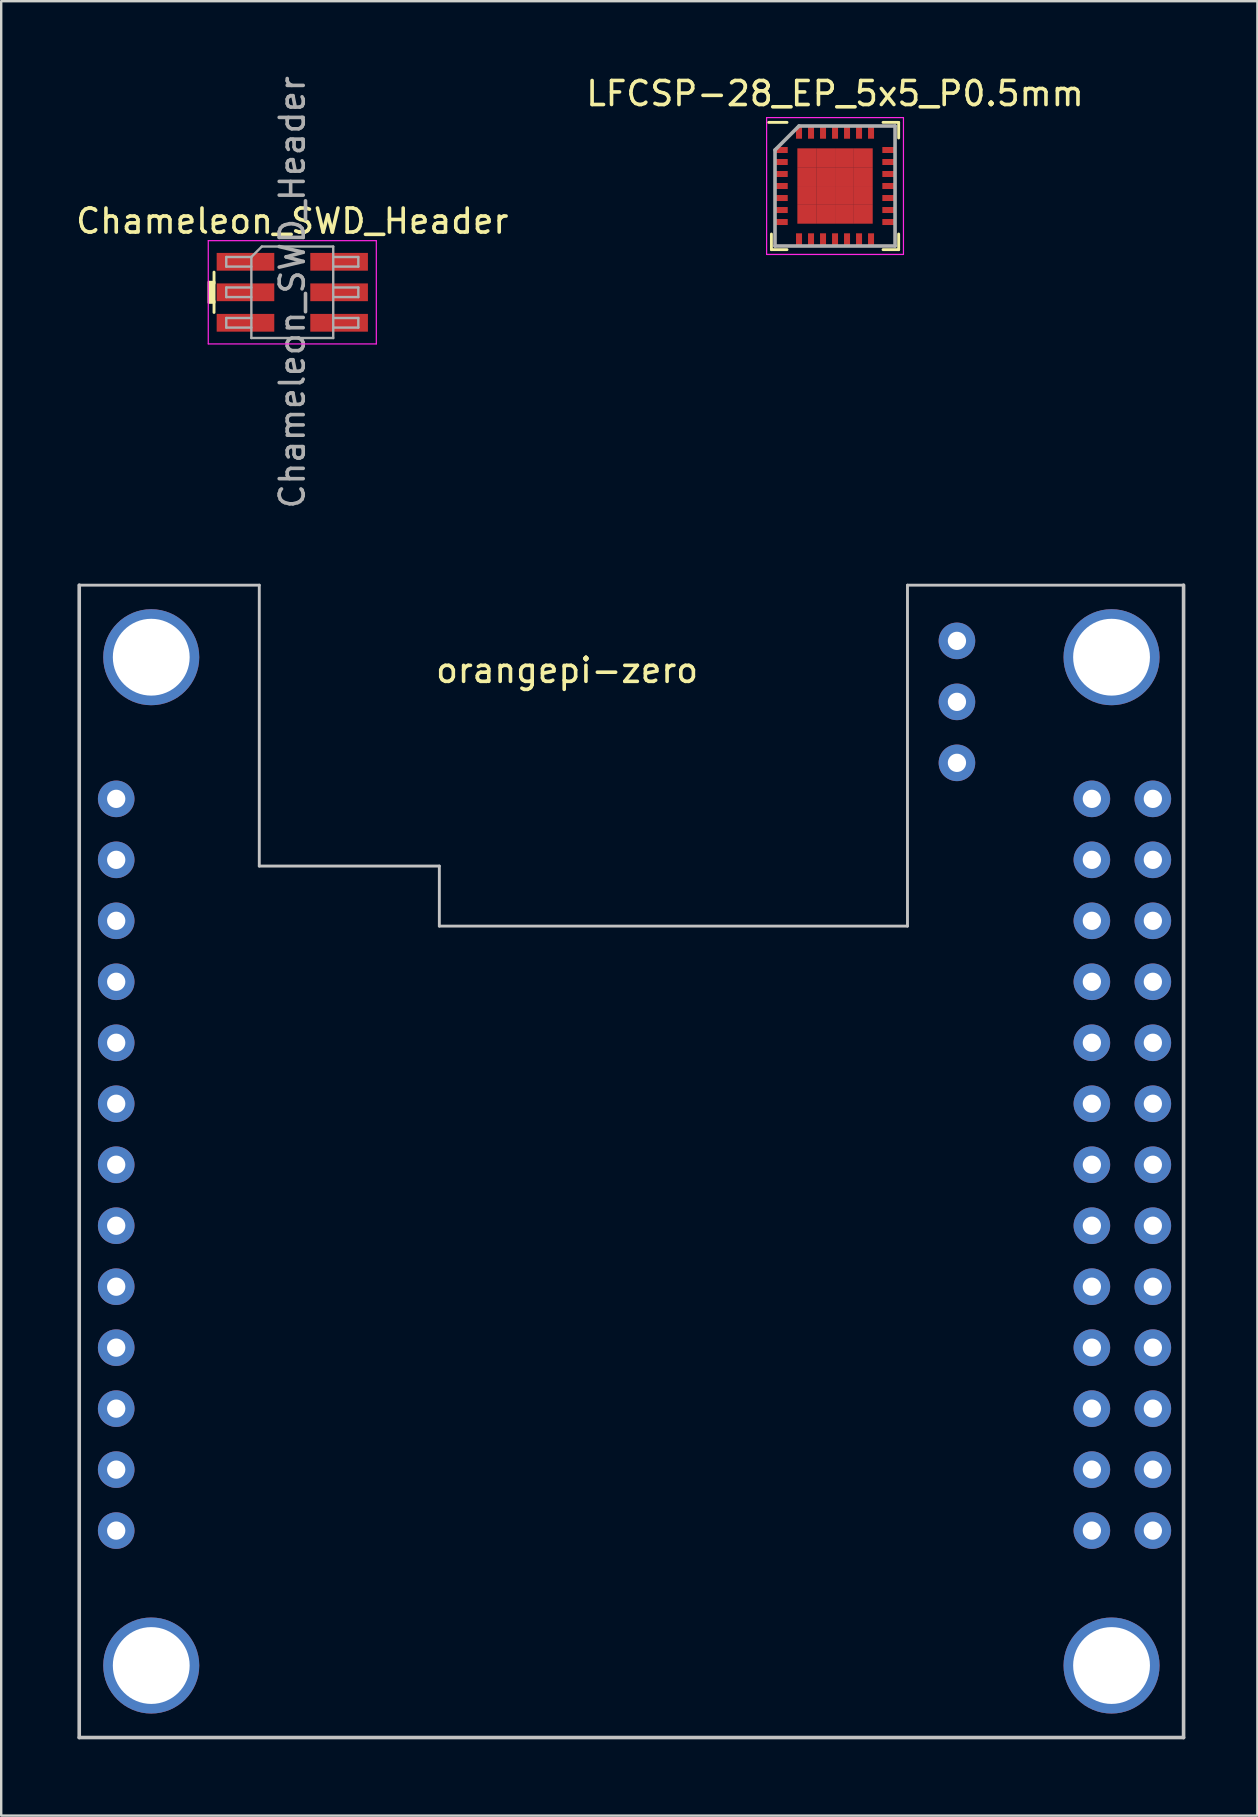
<source format=kicad_pcb>
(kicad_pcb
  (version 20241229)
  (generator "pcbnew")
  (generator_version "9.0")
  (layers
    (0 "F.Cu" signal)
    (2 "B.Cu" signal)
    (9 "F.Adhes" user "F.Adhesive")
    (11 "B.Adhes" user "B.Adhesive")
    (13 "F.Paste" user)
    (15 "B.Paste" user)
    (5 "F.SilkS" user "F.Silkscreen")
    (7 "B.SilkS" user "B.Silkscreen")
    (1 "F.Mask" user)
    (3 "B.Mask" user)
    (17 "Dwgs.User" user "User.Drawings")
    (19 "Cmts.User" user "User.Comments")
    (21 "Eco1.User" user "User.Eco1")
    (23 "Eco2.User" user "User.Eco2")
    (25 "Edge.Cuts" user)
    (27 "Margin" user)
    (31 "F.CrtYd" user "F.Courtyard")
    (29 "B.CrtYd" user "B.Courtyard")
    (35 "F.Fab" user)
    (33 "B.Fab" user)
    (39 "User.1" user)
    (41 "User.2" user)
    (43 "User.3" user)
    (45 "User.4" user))
  (footprint "orangepi-zero"
    (layer "F.Cu")
    (at 0.25 69.325)
    (property "Reference" "orangepi-zero" (at 20.32 -44.45 0) (layer "F.SilkS") (effects (font (size 1 1) (thickness 0.15))))
    (attr through_hole)
    (fp_line (start 0 0) (end 0 -48) (stroke (width 0.15) (type solid)) (layer "Dwgs.User"))
    (fp_line (start 7.5 -48) (end 0 -48) (stroke (width 0.12) (type solid)) (layer "Dwgs.User"))
    (fp_line (start 7.5 -48) (end 7.5 -36.3) (stroke (width 0.12) (type solid)) (layer "Dwgs.User"))
    (fp_line (start 7.5 -36.3) (end 15 -36.3) (stroke (width 0.12) (type solid)) (layer "Dwgs.User"))
    (fp_line (start 15 -36.3) (end 15 -33.8) (stroke (width 0.12) (type solid)) (layer "Dwgs.User"))
    (fp_line (start 15 -33.8) (end 34.5 -33.8) (stroke (width 0.12) (type solid)) (layer "Dwgs.User"))
    (fp_line (start 34.5 -33.8) (end 34.5 -48) (stroke (width 0.12) (type solid)) (layer "Dwgs.User"))
    (fp_line (start 46 -48) (end 34.5 -48) (stroke (width 0.12) (type solid)) (layer "Dwgs.User"))
    (fp_line (start 46 -48) (end 46 0) (stroke (width 0.15) (type solid)) (layer "Dwgs.User"))
    (fp_line (start 46 0) (end 0 0) (stroke (width 0.15) (type solid)) (layer "Dwgs.User"))
    (pad "" np_thru_hole circle (at 3 -45) (size 4 4) (drill 3.2) (layers "*.Cu" "*.Mask"))
    (pad "" np_thru_hole circle (at 3 -3) (size 4 4) (drill 3.2) (layers "*.Cu" "*.Mask"))
    (pad "" np_thru_hole circle (at 43 -45) (size 4 4) (drill 3.2) (layers "*.Cu" "*.Mask"))
    (pad "" np_thru_hole circle (at 43 -3) (size 4 4) (drill 3.2) (layers "*.Cu" "*.Mask"))
    (pad "1" thru_hole circle (at 1.54 -39.1) (size 1.524 1.524) (drill oval 0.762) (layers "*.Cu" "*.Mask"))
    (pad "2" thru_hole circle (at 1.54 -36.56) (size 1.524 1.524) (drill 0.762) (layers "*.Cu" "*.Mask"))
    (pad "3" thru_hole circle (at 1.54 -34.02) (size 1.524 1.524) (drill 0.762) (layers "*.Cu" "*.Mask"))
    (pad "4" thru_hole circle (at 1.54 -31.48) (size 1.524 1.524) (drill 0.762) (layers "*.Cu" "*.Mask"))
    (pad "5" thru_hole circle (at 1.54 -28.94) (size 1.524 1.524) (drill 0.762) (layers "*.Cu" "*.Mask"))
    (pad "6" thru_hole circle (at 1.54 -26.4) (size 1.524 1.524) (drill 0.762) (layers "*.Cu" "*.Mask"))
    (pad "7" thru_hole circle (at 1.54 -23.86) (size 1.524 1.524) (drill 0.762) (layers "*.Cu" "*.Mask"))
    (pad "8" thru_hole circle (at 1.54 -21.32) (size 1.524 1.524) (drill 0.762) (layers "*.Cu" "*.Mask"))
    (pad "9" thru_hole circle (at 1.54 -18.78) (size 1.524 1.524) (drill 0.762) (layers "*.Cu" "*.Mask"))
    (pad "10" thru_hole circle (at 1.54 -16.24) (size 1.524 1.524) (drill 0.762) (layers "*.Cu" "*.Mask"))
    (pad "11" thru_hole circle (at 1.54 -13.7) (size 1.524 1.524) (drill 0.762) (layers "*.Cu" "*.Mask"))
    (pad "12" thru_hole circle (at 1.54 -11.16) (size 1.524 1.524) (drill 0.762) (layers "*.Cu" "*.Mask"))
    (pad "13" thru_hole circle (at 1.54 -8.62) (size 1.524 1.524) (drill 0.762) (layers "*.Cu" "*.Mask"))
    (pad "101" thru_hole circle (at 44.72 -8.62) (size 1.524 1.524) (drill 0.762) (layers "*.Cu" "*.Mask"))
    (pad "102" thru_hole circle (at 42.18 -8.62) (size 1.524 1.524) (drill 0.762) (layers "*.Cu" "*.Mask"))
    (pad "103" thru_hole circle (at 44.72 -11.16) (size 1.524 1.524) (drill 0.762) (layers "*.Cu" "*.Mask"))
    (pad "104" thru_hole circle (at 42.18 -11.16) (size 1.524 1.524) (drill 0.762) (layers "*.Cu" "*.Mask"))
    (pad "105" thru_hole circle (at 44.72 -13.7) (size 1.524 1.524) (drill 0.762) (layers "*.Cu" "*.Mask"))
    (pad "106" thru_hole circle (at 42.18 -13.7) (size 1.524 1.524) (drill 0.762) (layers "*.Cu" "*.Mask"))
    (pad "107" thru_hole circle (at 44.72 -16.24) (size 1.524 1.524) (drill 0.762) (layers "*.Cu" "*.Mask"))
    (pad "108" thru_hole circle (at 42.18 -16.24) (size 1.524 1.524) (drill 0.762) (layers "*.Cu" "*.Mask"))
    (pad "109" thru_hole circle (at 44.72 -18.78) (size 1.524 1.524) (drill 0.762) (layers "*.Cu" "*.Mask"))
    (pad "110" thru_hole circle (at 42.18 -18.78) (size 1.524 1.524) (drill 0.762) (layers "*.Cu" "*.Mask"))
    (pad "111" thru_hole circle (at 44.72 -21.32) (size 1.524 1.524) (drill 0.762) (layers "*.Cu" "*.Mask"))
    (pad "112" thru_hole circle (at 42.18 -21.32) (size 1.524 1.524) (drill 0.762) (layers "*.Cu" "*.Mask"))
    (pad "113" thru_hole circle (at 44.72 -23.86) (size 1.524 1.524) (drill 0.762) (layers "*.Cu" "*.Mask"))
    (pad "114" thru_hole circle (at 42.18 -23.86) (size 1.524 1.524) (drill 0.762) (layers "*.Cu" "*.Mask"))
    (pad "115" thru_hole circle (at 44.72 -26.4) (size 1.524 1.524) (drill 0.762) (layers "*.Cu" "*.Mask"))
    (pad "116" thru_hole circle (at 42.18 -26.4) (size 1.524 1.524) (drill 0.762) (layers "*.Cu" "*.Mask"))
    (pad "117" thru_hole circle (at 44.72 -28.94) (size 1.524 1.524) (drill 0.762) (layers "*.Cu" "*.Mask"))
    (pad "118" thru_hole circle (at 42.18 -28.94) (size 1.524 1.524) (drill 0.762) (layers "*.Cu" "*.Mask"))
    (pad "119" thru_hole circle (at 44.72 -31.48) (size 1.524 1.524) (drill 0.762) (layers "*.Cu" "*.Mask"))
    (pad "120" thru_hole circle (at 42.18 -31.48) (size 1.524 1.524) (drill 0.762) (layers "*.Cu" "*.Mask"))
    (pad "121" thru_hole circle (at 44.72 -34.02) (size 1.524 1.524) (drill 0.762) (layers "*.Cu" "*.Mask"))
    (pad "122" thru_hole circle (at 42.18 -34.02) (size 1.524 1.524) (drill 0.762) (layers "*.Cu" "*.Mask"))
    (pad "123" thru_hole circle (at 44.72 -36.56) (size 1.524 1.524) (drill 0.762) (layers "*.Cu" "*.Mask"))
    (pad "124" thru_hole circle (at 42.18 -36.56) (size 1.524 1.524) (drill 0.762) (layers "*.Cu" "*.Mask"))
    (pad "125" thru_hole circle (at 44.72 -39.1) (size 1.524 1.524) (drill 0.762) (layers "*.Cu" "*.Mask"))
    (pad "126" thru_hole circle (at 42.18 -39.1) (size 1.524 1.524) (drill 0.762) (layers "*.Cu" "*.Mask"))
    (pad "201" thru_hole circle (at 36.56 -45.68) (size 1.524 1.524) (drill 0.762) (layers "*.Cu" "*.Mask"))
    (pad "202" thru_hole circle (at 36.56 -43.14) (size 1.524 1.524) (drill 0.762) (layers "*.Cu" "*.Mask"))
    (pad "203" thru_hole circle (at 36.56 -40.6) (size 1.524 1.524) (drill 0.762) (layers "*.Cu" "*.Mask")))
  (footprint "Chameleon_SWD_Header"
    (layer "F.Cu")
    (at 9.125 9.125)
    (property "Reference" "Chameleon_SWD_Header" (at 0 -2.965 0) (layer "F.SilkS") (effects (font (size 1 1) (thickness 0.15))))
    (attr smd)
    (fp_line (start -3.26 -0.37) (end -3.26 -0.84) (stroke (width 0.12) (type solid)) (layer "F.SilkS"))
    (fp_line (start -3.26 0.84) (end -3.26 0.37) (stroke (width 0.12) (type solid)) (layer "F.SilkS"))
    (fp_poly (pts (xy -3.48 -0.43) (xy -3.25 -0.43) (xy -3.25 0.43) (xy -3.48 0.43)) (stroke (width 0.1) (type solid)) (fill yes) (layer "F.SilkS"))
    (fp_line (start -3.5 -2.15) (end -3.5 2.15) (stroke (width 0.05) (type solid)) (layer "F.CrtYd"))
    (fp_line (start -3.5 2.15) (end 3.5 2.15) (stroke (width 0.05) (type solid)) (layer "F.CrtYd"))
    (fp_line (start 3.5 -2.15) (end -3.5 -2.15) (stroke (width 0.05) (type solid)) (layer "F.CrtYd"))
    (fp_line (start 3.5 2.15) (end 3.5 -2.15) (stroke (width 0.05) (type solid)) (layer "F.CrtYd"))
    (fp_line (start -2.75 -1.47) (end -2.75 -1.07) (stroke (width 0.1) (type solid)) (layer "F.Fab"))
    (fp_line (start -2.75 -1.07) (end -1.705 -1.07) (stroke (width 0.1) (type solid)) (layer "F.Fab"))
    (fp_line (start -2.75 -0.2) (end -2.75 0.2) (stroke (width 0.1) (type solid)) (layer "F.Fab"))
    (fp_line (start -2.75 0.2) (end -1.705 0.2) (stroke (width 0.1) (type solid)) (layer "F.Fab"))
    (fp_line (start -2.75 1.07) (end -2.75 1.47) (stroke (width 0.1) (type solid)) (layer "F.Fab"))
    (fp_line (start -2.75 1.47) (end -1.705 1.47) (stroke (width 0.1) (type solid)) (layer "F.Fab"))
    (fp_line (start -1.705 -1.47) (end -2.75 -1.47) (stroke (width 0.1) (type solid)) (layer "F.Fab"))
    (fp_line (start -1.705 -1.47) (end -1.27 -1.905) (stroke (width 0.1) (type solid)) (layer "F.Fab"))
    (fp_line (start -1.705 -0.2) (end -2.75 -0.2) (stroke (width 0.1) (type solid)) (layer "F.Fab"))
    (fp_line (start -1.705 1.07) (end -2.75 1.07) (stroke (width 0.1) (type solid)) (layer "F.Fab"))
    (fp_line (start -1.705 1.905) (end -1.705 -1.47) (stroke (width 0.1) (type solid)) (layer "F.Fab"))
    (fp_line (start -1.27 -1.905) (end 1.705 -1.905) (stroke (width 0.1) (type solid)) (layer "F.Fab"))
    (fp_line (start 1.705 -1.905) (end 1.705 1.905) (stroke (width 0.1) (type solid)) (layer "F.Fab"))
    (fp_line (start 1.705 -1.47) (end 2.75 -1.47) (stroke (width 0.1) (type solid)) (layer "F.Fab"))
    (fp_line (start 1.705 -0.2) (end 2.75 -0.2) (stroke (width 0.1) (type solid)) (layer "F.Fab"))
    (fp_line (start 1.705 1.07) (end 2.75 1.07) (stroke (width 0.1) (type solid)) (layer "F.Fab"))
    (fp_line (start 1.705 1.905) (end -1.705 1.905) (stroke (width 0.1) (type solid)) (layer "F.Fab"))
    (fp_line (start 2.75 -1.47) (end 2.75 -1.07) (stroke (width 0.1) (type solid)) (layer "F.Fab"))
    (fp_line (start 2.75 -1.07) (end 1.705 -1.07) (stroke (width 0.1) (type solid)) (layer "F.Fab"))
    (fp_line (start 2.75 -0.2) (end 2.75 0.2) (stroke (width 0.1) (type solid)) (layer "F.Fab"))
    (fp_line (start 2.75 0.2) (end 1.705 0.2) (stroke (width 0.1) (type solid)) (layer "F.Fab"))
    (fp_line (start 2.75 1.07) (end 2.75 1.47) (stroke (width 0.1) (type solid)) (layer "F.Fab"))
    (fp_line (start 2.75 1.47) (end 1.705 1.47) (stroke (width 0.1) (type solid)) (layer "F.Fab"))
    (fp_text user "${REFERENCE}" (at 0 0 90) (layer "F.Fab") (effects (font (size 1 1) (thickness 0.15))))
    (pad "1" smd rect (at -1.95 -1.27) (size 2.4 0.74) (layers "F.Cu" "F.Mask" "F.Paste"))
    (pad "2" smd rect (at 1.95 -1.27) (size 2.4 0.74) (layers "F.Cu" "F.Mask" "F.Paste"))
    (pad "3" smd rect (at -1.95 0) (size 2.4 0.74) (layers "F.Cu" "F.Mask" "F.Paste"))
    (pad "4" smd rect (at 1.95 0) (size 2.4 0.74) (layers "F.Cu" "F.Mask" "F.Paste"))
    (pad "5" smd rect (at -1.95 1.27) (size 2.4 0.74) (layers "F.Cu" "F.Mask" "F.Paste"))
    (pad "6" smd rect (at 1.95 1.27) (size 2.4 0.74) (layers "F.Cu" "F.Mask" "F.Paste")))
  (footprint "LFCSP-28_EP_5x5_P0.5mm"
    (layer "F.Cu")
    (at 31.732 4.698)
    (property "Reference" "LFCSP-28_EP_5x5_P0.5mm" (at 0 -3.85 0) (layer "F.SilkS") (effects (font (size 1 1) (thickness 0.15))))
    (attr smd)
    (fp_line (start -2.65 2.65) (end -2.65 2) (stroke (width 0.12) (type solid)) (layer "F.SilkS"))
    (fp_line (start -2 -2.65) (end -2.765 -2.65) (stroke (width 0.12) (type solid)) (layer "F.SilkS"))
    (fp_line (start -2 2.65) (end -2.65 2.65) (stroke (width 0.12) (type solid)) (layer "F.SilkS"))
    (fp_line (start 2 -2.65) (end 2.65 -2.65) (stroke (width 0.12) (type solid)) (layer "F.SilkS"))
    (fp_line (start 2 2.65) (end 2.65 2.65) (stroke (width 0.12) (type solid)) (layer "F.SilkS"))
    (fp_line (start 2.65 -2.65) (end 2.65 -2) (stroke (width 0.12) (type solid)) (layer "F.SilkS"))
    (fp_line (start 2.65 2.65) (end 2.65 2) (stroke (width 0.12) (type solid)) (layer "F.SilkS"))
    (fp_line (start -2.85 -2.85) (end 2.85 -2.85) (stroke (width 0.05) (type solid)) (layer "F.CrtYd"))
    (fp_line (start -2.85 2.85) (end -2.85 -2.85) (stroke (width 0.05) (type solid)) (layer "F.CrtYd"))
    (fp_line (start 2.85 -2.85) (end 2.85 2.85) (stroke (width 0.05) (type solid)) (layer "F.CrtYd"))
    (fp_line (start 2.85 2.85) (end -2.85 2.85) (stroke (width 0.05) (type solid)) (layer "F.CrtYd"))
    (fp_line (start -2.5 -1.5) (end -2.5 2.5) (stroke (width 0.15) (type solid)) (layer "F.Fab"))
    (fp_line (start -2.5 2.5) (end 2.5 2.5) (stroke (width 0.15) (type solid)) (layer "F.Fab"))
    (fp_line (start -1.5 -2.5) (end -2.5 -1.5) (stroke (width 0.15) (type solid)) (layer "F.Fab"))
    (fp_line (start 2.5 -2.5) (end -1.5 -2.5) (stroke (width 0.15) (type solid)) (layer "F.Fab"))
    (fp_line (start 2.5 2.5) (end 2.5 -2.5) (stroke (width 0.15) (type solid)) (layer "F.Fab"))
    (pad "1" smd rect (at -2.235 -1.5 90) (size 0.25 0.53) (layers "F.Cu" "F.Mask" "F.Paste"))
    (pad "2" smd rect (at -2.235 -1 90) (size 0.25 0.53) (layers "F.Cu" "F.Mask" "F.Paste"))
    (pad "3" smd rect (at -2.235 -0.5 90) (size 0.25 0.53) (layers "F.Cu" "F.Mask" "F.Paste"))
    (pad "4" smd rect (at -2.235 0 90) (size 0.25 0.53) (layers "F.Cu" "F.Mask" "F.Paste"))
    (pad "5" smd rect (at -2.235 0.5 90) (size 0.25 0.53) (layers "F.Cu" "F.Mask" "F.Paste"))
    (pad "6" smd rect (at -2.235 1 90) (size 0.25 0.53) (layers "F.Cu" "F.Mask" "F.Paste"))
    (pad "7" smd rect (at -2.235 1.5 90) (size 0.25 0.53) (layers "F.Cu" "F.Mask" "F.Paste"))
    (pad "8" smd rect (at -1.5 2.235) (size 0.25 0.53) (layers "F.Cu" "F.Mask" "F.Paste"))
    (pad "9" smd rect (at -1 2.235) (size 0.25 0.53) (layers "F.Cu" "F.Mask" "F.Paste"))
    (pad "10" smd rect (at -0.5 2.235) (size 0.25 0.53) (layers "F.Cu" "F.Mask" "F.Paste"))
    (pad "11" smd rect (at 0 2.235) (size 0.25 0.53) (layers "F.Cu" "F.Mask" "F.Paste"))
    (pad "12" smd rect (at 0.5 2.235) (size 0.25 0.53) (layers "F.Cu" "F.Mask" "F.Paste"))
    (pad "13" smd rect (at 1 2.235) (size 0.25 0.53) (layers "F.Cu" "F.Mask" "F.Paste"))
    (pad "14" smd rect (at 1.5 2.235) (size 0.25 0.53) (layers "F.Cu" "F.Mask" "F.Paste"))
    (pad "15" smd rect (at 2.235 1.5 90) (size 0.25 0.53) (layers "F.Cu" "F.Mask" "F.Paste"))
    (pad "16" smd rect (at 2.235 1 90) (size 0.25 0.53) (layers "F.Cu" "F.Mask" "F.Paste"))
    (pad "17" smd rect (at 2.235 0.5 90) (size 0.25 0.53) (layers "F.Cu" "F.Mask" "F.Paste"))
    (pad "18" smd rect (at 2.235 0 90) (size 0.25 0.53) (layers "F.Cu" "F.Mask" "F.Paste"))
    (pad "19" smd rect (at 2.235 -0.5 90) (size 0.25 0.53) (layers "F.Cu" "F.Mask" "F.Paste"))
    (pad "20" smd rect (at 2.235 -1 90) (size 0.25 0.53) (layers "F.Cu" "F.Mask" "F.Paste"))
    (pad "21" smd rect (at 2.235 -1.5 90) (size 0.25 0.53) (layers "F.Cu" "F.Mask" "F.Paste"))
    (pad "22" smd rect (at 1.5 -2.235) (size 0.25 0.53) (layers "F.Cu" "F.Mask" "F.Paste"))
    (pad "23" smd rect (at 1 -2.235) (size 0.25 0.53) (layers "F.Cu" "F.Mask" "F.Paste"))
    (pad "24" smd rect (at 0.5 -2.235) (size 0.25 0.53) (layers "F.Cu" "F.Mask" "F.Paste"))
    (pad "25" smd rect (at 0 -2.235) (size 0.25 0.53) (layers "F.Cu" "F.Mask" "F.Paste"))
    (pad "26" smd rect (at -0.5 -2.235) (size 0.25 0.53) (layers "F.Cu" "F.Mask" "F.Paste"))
    (pad "27" smd rect (at -1 -2.235) (size 0.25 0.53) (layers "F.Cu" "F.Mask" "F.Paste"))
    (pad "28" smd rect (at -1.5 -2.235) (size 0.25 0.53) (layers "F.Cu" "F.Mask" "F.Paste"))
    (pad "29" smd rect (at -1.177 -1.177) (size 0.785 0.785) (layers "F.Cu" "F.Mask" "F.Paste"))
    (pad "29" smd rect (at -1.177 -0.393) (size 0.785 0.785) (layers "F.Cu" "F.Mask" "F.Paste"))
    (pad "29" smd rect (at -1.177 0.393) (size 0.785 0.785) (layers "F.Cu" "F.Mask" "F.Paste"))
    (pad "29" smd rect (at -1.177 1.177) (size 0.785 0.785) (layers "F.Cu" "F.Mask" "F.Paste"))
    (pad "29" smd rect (at -0.393 -1.177) (size 0.785 0.785) (layers "F.Cu" "F.Mask" "F.Paste"))
    (pad "29" smd rect (at -0.393 -0.393) (size 0.785 0.785) (layers "F.Cu" "F.Mask" "F.Paste"))
    (pad "29" smd rect (at -0.393 0.393) (size 0.785 0.785) (layers "F.Cu" "F.Mask" "F.Paste"))
    (pad "29" smd rect (at -0.393 1.177) (size 0.785 0.785) (layers "F.Cu" "F.Mask" "F.Paste"))
    (pad "29" smd rect (at 0.393 -1.177) (size 0.785 0.785) (layers "F.Cu" "F.Mask" "F.Paste"))
    (pad "29" smd rect (at 0.393 -0.393) (size 0.785 0.785) (layers "F.Cu" "F.Mask" "F.Paste"))
    (pad "29" smd rect (at 0.393 0.393) (size 0.785 0.785) (layers "F.Cu" "F.Mask" "F.Paste"))
    (pad "29" smd rect (at 0.393 1.177) (size 0.785 0.785) (layers "F.Cu" "F.Mask" "F.Paste"))
    (pad "29" smd rect (at 1.177 -1.177) (size 0.785 0.785) (layers "F.Cu" "F.Mask" "F.Paste"))
    (pad "29" smd rect (at 1.177 -0.393) (size 0.785 0.785) (layers "F.Cu" "F.Mask" "F.Paste"))
    (pad "29" smd rect (at 1.177 0.393) (size 0.785 0.785) (layers "F.Cu" "F.Mask" "F.Paste"))
    (pad "29" smd rect (at 1.177 1.177) (size 0.785 0.785) (layers "F.Cu" "F.Mask" "F.Paste")))
  (gr_rect
    (start -3 -3)
    (end 49.325 72.575)
    (stroke (width 0.1) (type default))
    (fill no)
    (layer "Edge.Cuts")))
</source>
